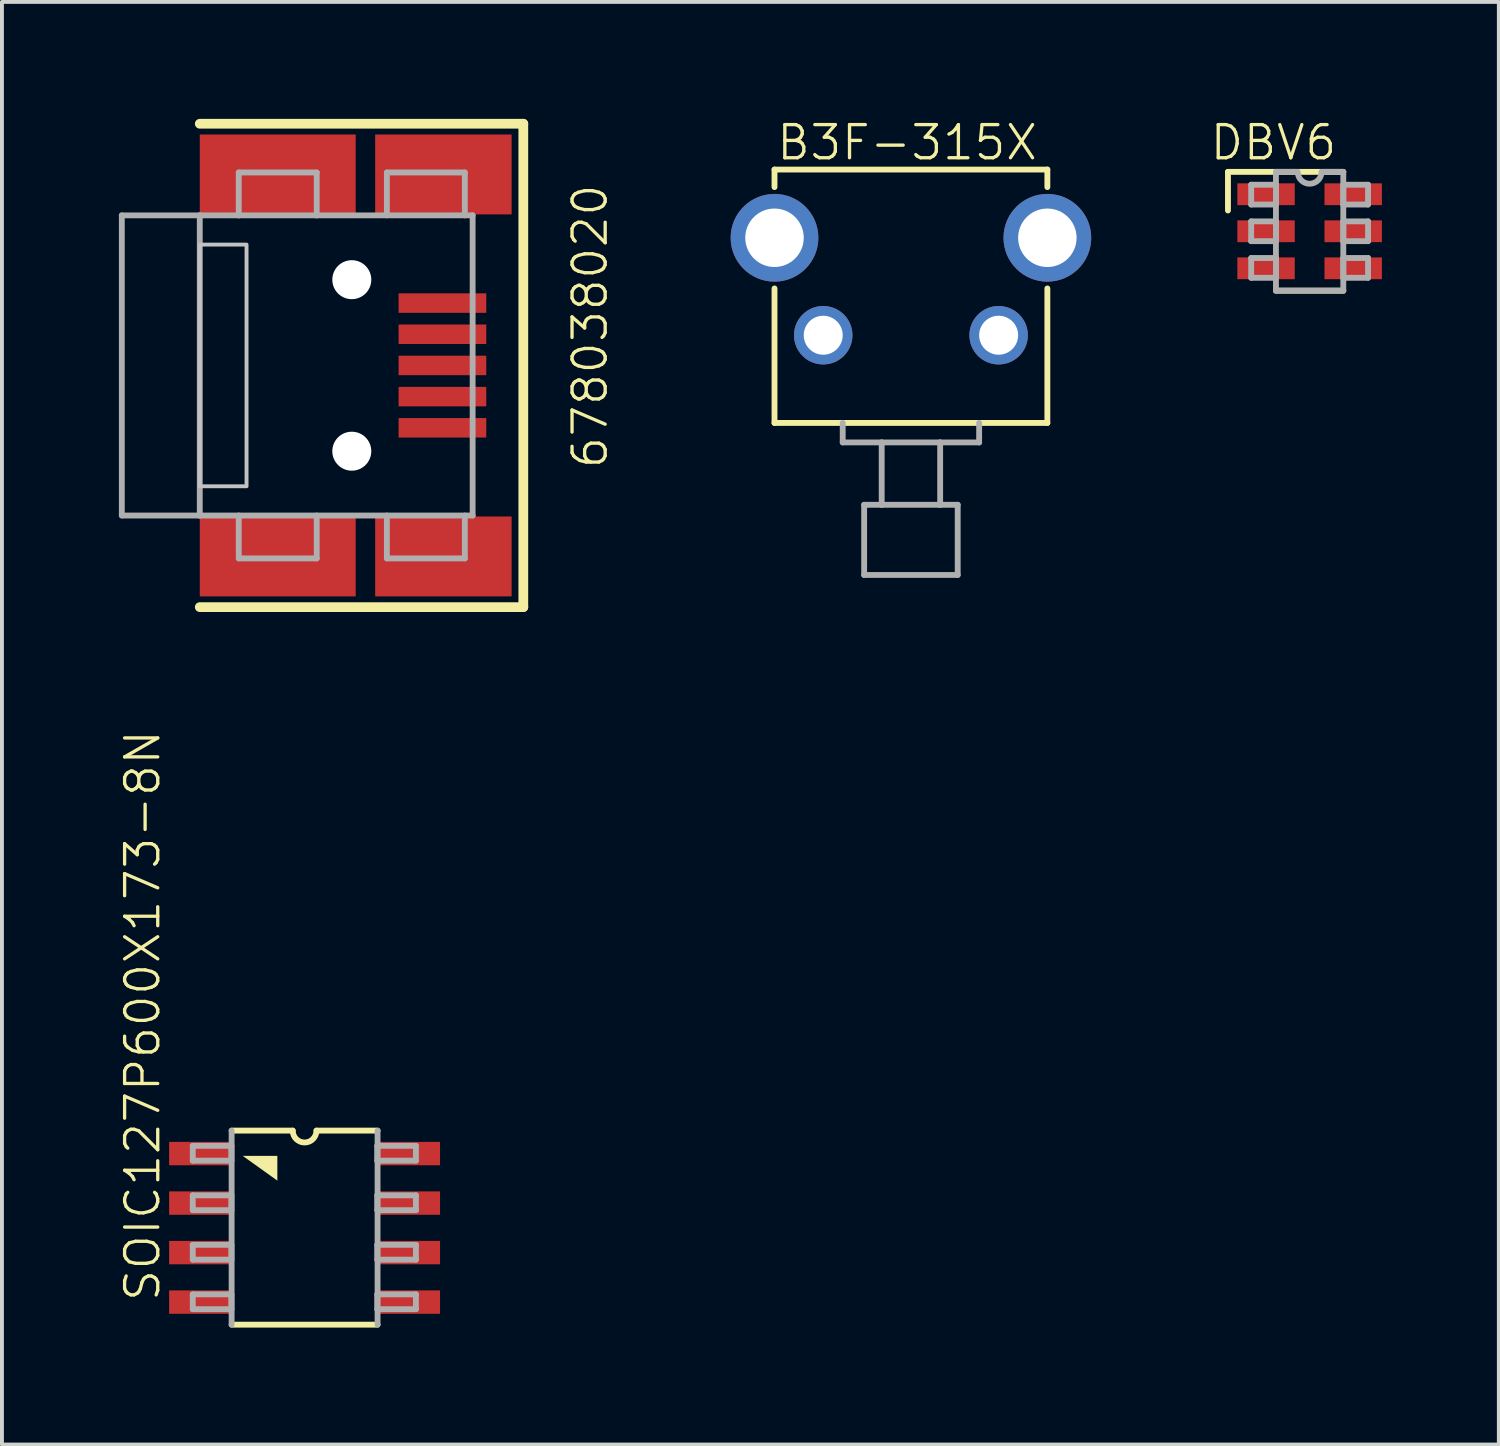
<source format=kicad_pcb>
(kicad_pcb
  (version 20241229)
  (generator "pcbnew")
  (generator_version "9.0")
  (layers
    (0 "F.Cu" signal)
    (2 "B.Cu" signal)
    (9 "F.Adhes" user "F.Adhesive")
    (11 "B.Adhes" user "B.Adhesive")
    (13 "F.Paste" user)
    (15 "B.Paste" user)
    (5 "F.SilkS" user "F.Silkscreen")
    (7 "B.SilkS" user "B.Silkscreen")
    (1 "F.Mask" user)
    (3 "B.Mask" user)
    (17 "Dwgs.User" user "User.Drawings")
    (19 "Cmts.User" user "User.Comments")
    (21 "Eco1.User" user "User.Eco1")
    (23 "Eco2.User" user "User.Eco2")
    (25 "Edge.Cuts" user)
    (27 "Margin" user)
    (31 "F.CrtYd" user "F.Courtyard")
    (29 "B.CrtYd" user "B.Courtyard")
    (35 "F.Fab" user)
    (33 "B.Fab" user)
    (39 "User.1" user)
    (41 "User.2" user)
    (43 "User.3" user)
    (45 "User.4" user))
  (footprint "B3F-315X"
    (layer "F.Cu")
    (at 20.319 5.55)
    (property "Reference" "B3F-315X" (at -3.493 -4.445 0) (layer "F.SilkS") (effects (font (size 0.85 0.85) (thickness 0.085)) (justify left bottom)))
    (attr through_hole)
    (fp_line (start -3.5 -4.25) (end -3.5 -3.8) (stroke (width 0.15) (type solid)) (layer "F.SilkS"))
    (fp_line (start -3.5 -4.25) (end 3.5 -4.25) (stroke (width 0.15) (type solid)) (layer "F.SilkS"))
    (fp_line (start -3.5 2.25) (end -3.5 -1.2) (stroke (width 0.15) (type solid)) (layer "F.SilkS"))
    (fp_line (start -3.5 2.25) (end 3.5 2.25) (stroke (width 0.15) (type solid)) (layer "F.SilkS"))
    (fp_line (start 3.5 -4.25) (end 3.5 -3.8) (stroke (width 0.15) (type solid)) (layer "F.SilkS"))
    (fp_line (start 3.5 2.25) (end 3.5 -1.2) (stroke (width 0.15) (type solid)) (layer "F.SilkS"))
    (fp_line (start -1.75 2.25) (end -1.75 2.75) (stroke (width 0.15) (type solid)) (layer "F.Fab"))
    (fp_line (start -1.75 2.75) (end -0.75 2.75) (stroke (width 0.15) (type solid)) (layer "F.Fab"))
    (fp_line (start -1.2 4.35) (end -1.2 6.15) (stroke (width 0.15) (type solid)) (layer "F.Fab"))
    (fp_line (start -1.2 4.35) (end -0.75 4.35) (stroke (width 0.15) (type solid)) (layer "F.Fab"))
    (fp_line (start -1.2 6.15) (end 1.2 6.15) (stroke (width 0.15) (type solid)) (layer "F.Fab"))
    (fp_line (start -0.75 2.75) (end -0.75 4.35) (stroke (width 0.15) (type solid)) (layer "F.Fab"))
    (fp_line (start -0.75 2.75) (end 0.75 2.75) (stroke (width 0.15) (type solid)) (layer "F.Fab"))
    (fp_line (start -0.75 4.35) (end 0.75 4.35) (stroke (width 0.15) (type solid)) (layer "F.Fab"))
    (fp_line (start 0.75 2.75) (end 0.75 4.35) (stroke (width 0.15) (type solid)) (layer "F.Fab"))
    (fp_line (start 0.75 2.75) (end 1.75 2.75) (stroke (width 0.15) (type solid)) (layer "F.Fab"))
    (fp_line (start 0.75 4.35) (end 1.2 4.35) (stroke (width 0.15) (type solid)) (layer "F.Fab"))
    (fp_line (start 1.2 4.35) (end 1.2 6.15) (stroke (width 0.15) (type solid)) (layer "F.Fab"))
    (fp_line (start 1.75 2.25) (end 1.75 2.75) (stroke (width 0.15) (type solid)) (layer "F.Fab"))
    (pad "1" thru_hole circle (at -2.25 0) (size 1.5 1.5) (drill 1) (layers "*.Cu" "*.Mask"))
    (pad "2" thru_hole circle (at 2.25 0) (size 1.5 1.5) (drill 1) (layers "*.Cu" "*.Mask"))
    (pad "3" thru_hole circle (at -3.5 -2.5) (size 2.25 2.25) (drill 1.5) (layers "*.Cu" "*.Mask"))
    (pad "4" thru_hole circle (at 3.5 -2.5) (size 2.25 2.25) (drill 1.5) (layers "*.Cu" "*.Mask")))
  (footprint "DBV6"
    (layer "F.Cu")
    (at 30.547 2.883)
    (property "Reference" "DBV6" (at -2.603 -1.778 0) (layer "F.SilkS") (effects (font (size 0.85 0.85) (thickness 0.085)) (justify left bottom)))
    (attr smd)
    (fp_line (start -2.095 -1.524) (end -2.095 -0.533) (stroke (width 0.15) (type solid)) (layer "F.SilkS"))
    (fp_line (start -0.864 1.524) (end 0.864 1.524) (stroke (width 0.15) (type solid)) (layer "F.SilkS"))
    (fp_line (start 0.864 -1.524) (end -2.095 -1.524) (stroke (width 0.15) (type solid)) (layer "F.SilkS"))
    (fp_line (start -1.499 -1.194) (end -1.499 -0.686) (stroke (width 0.15) (type solid)) (layer "F.Fab"))
    (fp_line (start -1.499 -0.686) (end -0.864 -0.686) (stroke (width 0.15) (type solid)) (layer "F.Fab"))
    (fp_line (start -1.499 -0.254) (end -1.499 0.254) (stroke (width 0.15) (type solid)) (layer "F.Fab"))
    (fp_line (start -1.499 0.254) (end -0.864 0.254) (stroke (width 0.15) (type solid)) (layer "F.Fab"))
    (fp_line (start -1.499 0.686) (end -1.499 1.194) (stroke (width 0.15) (type solid)) (layer "F.Fab"))
    (fp_line (start -1.499 1.194) (end -0.864 1.194) (stroke (width 0.15) (type solid)) (layer "F.Fab"))
    (fp_line (start -0.864 -1.524) (end -0.864 1.524) (stroke (width 0.15) (type solid)) (layer "F.Fab"))
    (fp_line (start -0.864 -1.524) (end -0.343 -1.524) (stroke (width 0.15) (type solid)) (layer "F.Fab"))
    (fp_line (start -0.864 -1.194) (end -1.499 -1.194) (stroke (width 0.15) (type solid)) (layer "F.Fab"))
    (fp_line (start -0.864 -0.686) (end -0.864 -1.194) (stroke (width 0.15) (type solid)) (layer "F.Fab"))
    (fp_line (start -0.864 -0.254) (end -1.499 -0.254) (stroke (width 0.15) (type solid)) (layer "F.Fab"))
    (fp_line (start -0.864 0.254) (end -0.864 -0.254) (stroke (width 0.15) (type solid)) (layer "F.Fab"))
    (fp_line (start -0.864 0.686) (end -1.499 0.686) (stroke (width 0.15) (type solid)) (layer "F.Fab"))
    (fp_line (start -0.864 1.194) (end -0.864 0.686) (stroke (width 0.15) (type solid)) (layer "F.Fab"))
    (fp_line (start -0.864 1.524) (end 0.864 1.524) (stroke (width 0.15) (type solid)) (layer "F.Fab"))
    (fp_line (start 0.343 -1.524) (end 0.864 -1.524) (stroke (width 0.15) (type solid)) (layer "F.Fab"))
    (fp_line (start 0.864 -1.194) (end 0.864 -0.686) (stroke (width 0.15) (type solid)) (layer "F.Fab"))
    (fp_line (start 0.864 -0.686) (end 1.499 -0.686) (stroke (width 0.15) (type solid)) (layer "F.Fab"))
    (fp_line (start 0.864 -0.254) (end 0.864 0.254) (stroke (width 0.15) (type solid)) (layer "F.Fab"))
    (fp_line (start 0.864 0.254) (end 1.499 0.254) (stroke (width 0.15) (type solid)) (layer "F.Fab"))
    (fp_line (start 0.864 0.686) (end 0.864 1.194) (stroke (width 0.15) (type solid)) (layer "F.Fab"))
    (fp_line (start 0.864 1.194) (end 1.499 1.194) (stroke (width 0.15) (type solid)) (layer "F.Fab"))
    (fp_line (start 0.864 1.524) (end 0.864 -1.524) (stroke (width 0.15) (type solid)) (layer "F.Fab"))
    (fp_line (start 1.499 -1.194) (end 0.864 -1.194) (stroke (width 0.15) (type solid)) (layer "F.Fab"))
    (fp_line (start 1.499 -0.686) (end 1.499 -1.194) (stroke (width 0.15) (type solid)) (layer "F.Fab"))
    (fp_line (start 1.499 -0.254) (end 0.864 -0.254) (stroke (width 0.15) (type solid)) (layer "F.Fab"))
    (fp_line (start 1.499 0.254) (end 1.499 -0.254) (stroke (width 0.15) (type solid)) (layer "F.Fab"))
    (fp_line (start 1.499 0.686) (end 0.864 0.686) (stroke (width 0.15) (type solid)) (layer "F.Fab"))
    (fp_line (start 1.499 1.194) (end 1.499 0.686) (stroke (width 0.15) (type solid)) (layer "F.Fab"))
    (fp_arc (start 0.3048 -1.524) (mid 0 -1.2192) (end -0.3048 -1.524) (stroke (width 0.15) (type solid)) (layer "F.Fab"))
    (pad "1" smd rect (at -1.118 -0.95) (size 1.473 0.559) (layers "F.Cu" "F.Mask" "F.Paste"))
    (pad "2" smd rect (at -1.118 0) (size 1.473 0.559) (layers "F.Cu" "F.Mask" "F.Paste"))
    (pad "3" smd rect (at -1.118 0.95) (size 1.473 0.559) (layers "F.Cu" "F.Mask" "F.Paste"))
    (pad "4" smd rect (at 1.118 0.95) (size 1.473 0.559) (layers "F.Cu" "F.Mask" "F.Paste"))
    (pad "5" smd rect (at 1.118 0) (size 1.473 0.559) (layers "F.Cu" "F.Mask" "F.Paste"))
    (pad "6" smd rect (at 1.118 -0.95) (size 1.473 0.559) (layers "F.Cu" "F.Mask" "F.Paste")))
  (footprint "SOIC127P600X173-8N"
    (layer "F.Cu")
    (at 4.764 28.444)
    (property "Reference" "SOIC127P600X173-8N" (at -3.659 1.943 90) (layer "F.SilkS") (effects (font (size 0.85 0.85) (thickness 0.085)) (justify left bottom)))
    (attr smd)
    (fp_line (start -1.872 2.489) (end 1.872 2.489) (stroke (width 0.15) (type solid)) (layer "F.SilkS"))
    (fp_line (start -0.305 -2.489) (end -1.872 -2.489) (stroke (width 0.15) (type solid)) (layer "F.SilkS"))
    (fp_line (start 1.872 -2.489) (end 0.305 -2.489) (stroke (width 0.15) (type solid)) (layer "F.SilkS"))
    (fp_arc (start 0.3048 -2.4892) (mid 0 -2.1844) (end -0.3048 -2.4892) (stroke (width 0.15) (type solid)) (layer "F.SilkS"))
    (fp_poly (pts (xy -1.587 -1.841) (xy -0.699 -1.841) (xy -0.699 -1.206)) (stroke (width 0) (type solid)) (fill yes) (layer "F.SilkS"))
    (fp_line (start -2.869 -2.099) (end -2.869 -1.718) (stroke (width 0.15) (type solid)) (layer "F.Fab"))
    (fp_line (start -2.869 -1.718) (end -1.878 -1.718) (stroke (width 0.15) (type solid)) (layer "F.Fab"))
    (fp_line (start -2.869 -0.829) (end -2.869 -0.448) (stroke (width 0.15) (type solid)) (layer "F.Fab"))
    (fp_line (start -2.869 -0.448) (end -1.878 -0.448) (stroke (width 0.15) (type solid)) (layer "F.Fab"))
    (fp_line (start -2.869 0.441) (end -2.869 0.822) (stroke (width 0.15) (type solid)) (layer "F.Fab"))
    (fp_line (start -2.869 0.822) (end -1.878 0.822) (stroke (width 0.15) (type solid)) (layer "F.Fab"))
    (fp_line (start -2.869 1.711) (end -2.869 2.092) (stroke (width 0.15) (type solid)) (layer "F.Fab"))
    (fp_line (start -2.869 2.092) (end -1.878 2.092) (stroke (width 0.15) (type solid)) (layer "F.Fab"))
    (fp_line (start -1.878 -2.099) (end -2.869 -2.099) (stroke (width 0.15) (type solid)) (layer "F.Fab"))
    (fp_line (start -1.878 -1.718) (end -1.878 -2.099) (stroke (width 0.15) (type solid)) (layer "F.Fab"))
    (fp_line (start -1.878 -0.829) (end -2.869 -0.829) (stroke (width 0.15) (type solid)) (layer "F.Fab"))
    (fp_line (start -1.878 -0.448) (end -1.878 -0.829) (stroke (width 0.15) (type solid)) (layer "F.Fab"))
    (fp_line (start -1.878 0.441) (end -2.869 0.441) (stroke (width 0.15) (type solid)) (layer "F.Fab"))
    (fp_line (start -1.878 0.822) (end -1.878 0.441) (stroke (width 0.15) (type solid)) (layer "F.Fab"))
    (fp_line (start -1.878 1.711) (end -2.869 1.711) (stroke (width 0.15) (type solid)) (layer "F.Fab"))
    (fp_line (start -1.878 2.092) (end -1.878 1.711) (stroke (width 0.15) (type solid)) (layer "F.Fab"))
    (fp_line (start -1.872 2.489) (end -1.872 -2.489) (stroke (width 0.15) (type solid)) (layer "F.Fab"))
    (fp_line (start 1.865 -2.099) (end 1.865 -1.718) (stroke (width 0.15) (type solid)) (layer "F.Fab"))
    (fp_line (start 1.865 -1.718) (end 2.856 -1.718) (stroke (width 0.15) (type solid)) (layer "F.Fab"))
    (fp_line (start 1.865 -0.829) (end 1.865 -0.448) (stroke (width 0.15) (type solid)) (layer "F.Fab"))
    (fp_line (start 1.865 -0.448) (end 2.856 -0.448) (stroke (width 0.15) (type solid)) (layer "F.Fab"))
    (fp_line (start 1.865 0.441) (end 1.865 0.822) (stroke (width 0.15) (type solid)) (layer "F.Fab"))
    (fp_line (start 1.865 0.822) (end 2.856 0.822) (stroke (width 0.15) (type solid)) (layer "F.Fab"))
    (fp_line (start 1.865 1.711) (end 1.865 2.092) (stroke (width 0.15) (type solid)) (layer "F.Fab"))
    (fp_line (start 1.865 2.092) (end 2.856 2.092) (stroke (width 0.15) (type solid)) (layer "F.Fab"))
    (fp_line (start 1.872 2.489) (end 1.872 -2.489) (stroke (width 0.15) (type solid)) (layer "F.Fab"))
    (fp_line (start 2.856 -2.099) (end 1.865 -2.099) (stroke (width 0.15) (type solid)) (layer "F.Fab"))
    (fp_line (start 2.856 -1.718) (end 2.856 -2.099) (stroke (width 0.15) (type solid)) (layer "F.Fab"))
    (fp_line (start 2.856 -0.829) (end 1.865 -0.829) (stroke (width 0.15) (type solid)) (layer "F.Fab"))
    (fp_line (start 2.856 -0.448) (end 2.856 -0.829) (stroke (width 0.15) (type solid)) (layer "F.Fab"))
    (fp_line (start 2.856 0.441) (end 1.865 0.441) (stroke (width 0.15) (type solid)) (layer "F.Fab"))
    (fp_line (start 2.856 0.822) (end 2.856 0.441) (stroke (width 0.15) (type solid)) (layer "F.Fab"))
    (fp_line (start 2.856 1.711) (end 1.865 1.711) (stroke (width 0.15) (type solid)) (layer "F.Fab"))
    (fp_line (start 2.856 2.092) (end 2.856 1.711) (stroke (width 0.15) (type solid)) (layer "F.Fab"))
    (pad "1" smd rect (at -2.7 -1.9) (size 1.55 0.6) (layers "F.Cu" "F.Mask" "F.Paste"))
    (pad "2" smd rect (at -2.7 -0.63) (size 1.55 0.6) (layers "F.Cu" "F.Mask" "F.Paste"))
    (pad "3" smd rect (at -2.7 0.64) (size 1.55 0.6) (layers "F.Cu" "F.Mask" "F.Paste"))
    (pad "4" smd rect (at -2.7 1.91) (size 1.55 0.6) (layers "F.Cu" "F.Mask" "F.Paste"))
    (pad "5" smd rect (at 2.7 1.91) (size 1.55 0.6) (layers "F.Cu" "F.Mask" "F.Paste"))
    (pad "6" smd rect (at 2.7 0.64) (size 1.55 0.6) (layers "F.Cu" "F.Mask" "F.Paste"))
    (pad "7" smd rect (at 2.7 -0.63) (size 1.55 0.6) (layers "F.Cu" "F.Mask" "F.Paste"))
    (pad "8" smd rect (at 2.7 -1.9) (size 1.55 0.6) (layers "F.Cu" "F.Mask" "F.Paste")))
  (footprint "678038020"
    (layer "F.Cu")
    (at 2.075 6.325)
    (property "Reference" "678038020" (at 9.514 -4.701 270) (layer "F.SilkS") (effects (font (size 0.85 0.85) (thickness 0.085)) (justify right top)))
    (attr smd)
    (fp_line (start 0 -6.2) (end 8.3 -6.2) (stroke (width 0.25) (type solid)) (layer "F.SilkS"))
    (fp_line (start 8.3 -6.2) (end 8.3 6.2) (stroke (width 0.25) (type solid)) (layer "F.SilkS"))
    (fp_line (start 8.3 6.2) (end 0 6.2) (stroke (width 0.25) (type solid)) (layer "F.SilkS"))
    (fp_poly (pts (xy 0 3.1) (xy 1.2 3.1) (xy 1.2 -3.1) (xy 0 -3.1)) (stroke (width 0.1) (type solid)) (fill no) (layer "Dwgs.User"))
    (fp_line (start -2 -3.85) (end 0 -3.85) (stroke (width 0.15) (type solid)) (layer "F.Fab"))
    (fp_line (start -2 3.85) (end -2 -3.85) (stroke (width 0.15) (type solid)) (layer "F.Fab"))
    (fp_line (start -2 3.85) (end 0 3.85) (stroke (width 0.15) (type solid)) (layer "F.Fab"))
    (fp_line (start 0 -3.85) (end 1 -3.85) (stroke (width 0.15) (type solid)) (layer "F.Fab"))
    (fp_line (start 0 3.85) (end 0 -3.85) (stroke (width 0.15) (type solid)) (layer "F.Fab"))
    (fp_line (start 0 3.85) (end 7 3.85) (stroke (width 0.15) (type solid)) (layer "F.Fab"))
    (fp_line (start 1 -4.95) (end 3 -4.95) (stroke (width 0.15) (type solid)) (layer "F.Fab"))
    (fp_line (start 1 -3.85) (end 1 -4.95) (stroke (width 0.15) (type solid)) (layer "F.Fab"))
    (fp_line (start 1 -3.85) (end 3 -3.85) (stroke (width 0.15) (type solid)) (layer "F.Fab"))
    (fp_line (start 1 3.85) (end 1 4.95) (stroke (width 0.15) (type solid)) (layer "F.Fab"))
    (fp_line (start 3 -3.85) (end 3 -4.95) (stroke (width 0.15) (type solid)) (layer "F.Fab"))
    (fp_line (start 3 -3.85) (end 7 -3.85) (stroke (width 0.15) (type solid)) (layer "F.Fab"))
    (fp_line (start 3 3.85) (end 3 4.95) (stroke (width 0.15) (type solid)) (layer "F.Fab"))
    (fp_line (start 3 4.95) (end 1 4.95) (stroke (width 0.15) (type solid)) (layer "F.Fab"))
    (fp_line (start 4.8 -4.95) (end 6.8 -4.95) (stroke (width 0.15) (type solid)) (layer "F.Fab"))
    (fp_line (start 4.8 -3.85) (end 4.8 -4.95) (stroke (width 0.15) (type solid)) (layer "F.Fab"))
    (fp_line (start 4.8 3.85) (end 4.8 4.95) (stroke (width 0.15) (type solid)) (layer "F.Fab"))
    (fp_line (start 6.8 -3.85) (end 6.8 -4.95) (stroke (width 0.15) (type solid)) (layer "F.Fab"))
    (fp_line (start 6.8 3.85) (end 6.8 4.95) (stroke (width 0.15) (type solid)) (layer "F.Fab"))
    (fp_line (start 6.8 4.95) (end 4.8 4.95) (stroke (width 0.15) (type solid)) (layer "F.Fab"))
    (fp_line (start 7 3.85) (end 7 -3.85) (stroke (width 0.15) (type solid)) (layer "F.Fab"))
    (pad "" np_thru_hole circle (at 3.9 -2.2) (size 1 1) (drill 1) (layers "*.Cu"))
    (pad "" np_thru_hole circle (at 3.9 2.2) (size 1 1) (drill 1) (layers "*.Cu"))
    (pad "1" smd rect (at 6.225 -1.6) (size 2.25 0.5) (layers "F.Cu" "F.Mask" "F.Paste"))
    (pad "2" smd rect (at 6.225 -0.8) (size 2.25 0.5) (layers "F.Cu" "F.Mask" "F.Paste"))
    (pad "3" smd rect (at 6.225 0) (size 2.25 0.5) (layers "F.Cu" "F.Mask" "F.Paste"))
    (pad "4" smd rect (at 6.225 0.8) (size 2.25 0.5) (layers "F.Cu" "F.Mask" "F.Paste"))
    (pad "5" smd rect (at 6.225 1.6) (size 2.25 0.5) (layers "F.Cu" "F.Mask" "F.Paste"))
    (pad "SH1" smd rect (at 2 4.9) (size 4 2.05) (layers "F.Cu" "F.Mask" "F.Paste"))
    (pad "SH1.1" smd rect (at 6.25 4.9) (size 3.5 2.05) (layers "F.Cu" "F.Mask" "F.Paste"))
    (pad "SH2" smd rect (at 2 -4.9) (size 4 2.05) (layers "F.Cu" "F.Mask" "F.Paste"))
    (pad "SH2.2" smd rect (at 6.25 -4.9) (size 3.5 2.05) (layers "F.Cu" "F.Mask" "F.Paste")))
  (gr_rect
    (start -3 -3)
    (end 35.401 34.008)
    (stroke (width 0.1) (type default))
    (fill no)
    (layer "Edge.Cuts")))
</source>
